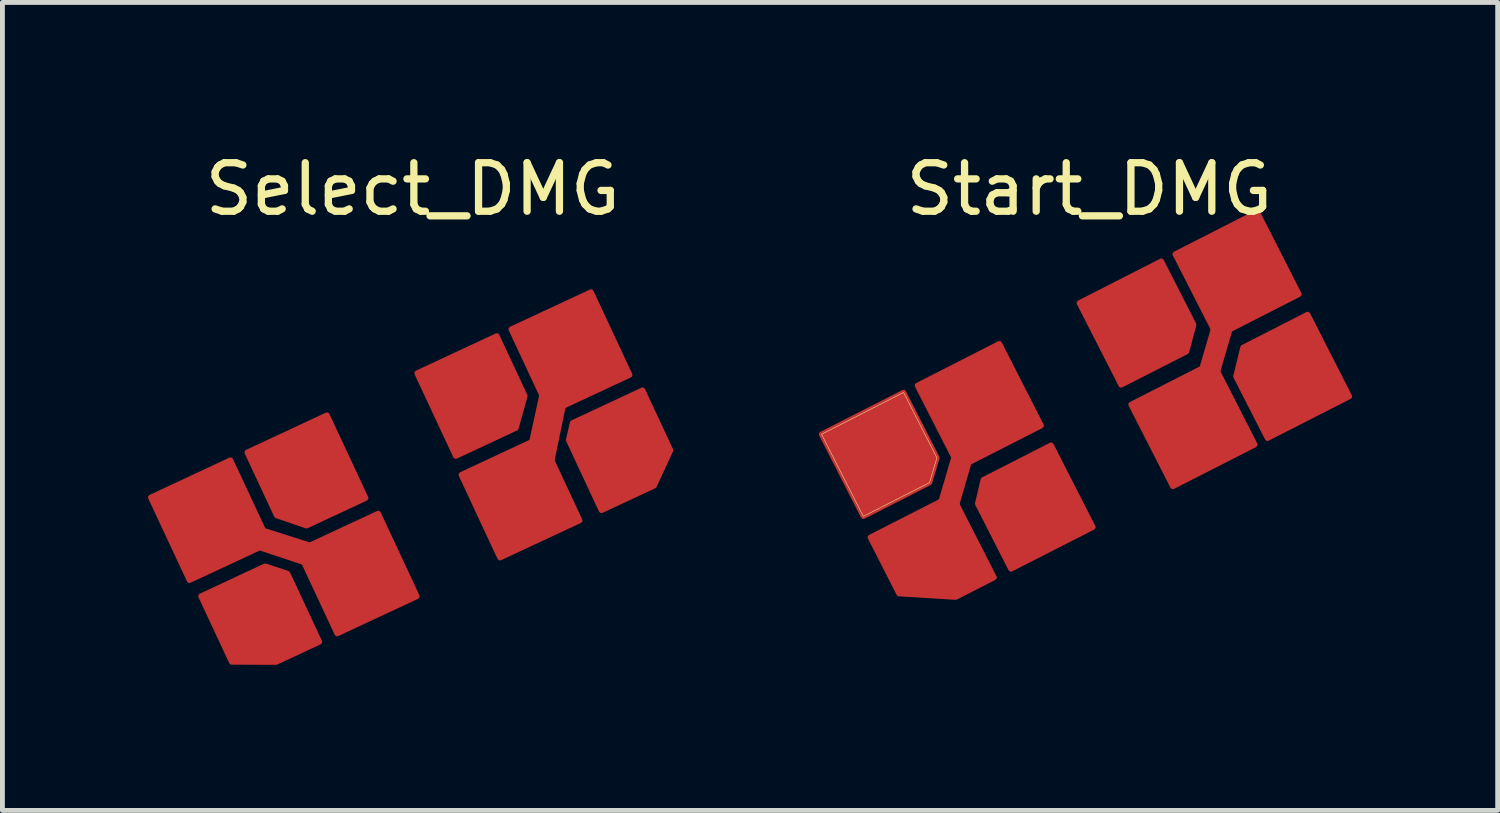
<source format=kicad_pcb>
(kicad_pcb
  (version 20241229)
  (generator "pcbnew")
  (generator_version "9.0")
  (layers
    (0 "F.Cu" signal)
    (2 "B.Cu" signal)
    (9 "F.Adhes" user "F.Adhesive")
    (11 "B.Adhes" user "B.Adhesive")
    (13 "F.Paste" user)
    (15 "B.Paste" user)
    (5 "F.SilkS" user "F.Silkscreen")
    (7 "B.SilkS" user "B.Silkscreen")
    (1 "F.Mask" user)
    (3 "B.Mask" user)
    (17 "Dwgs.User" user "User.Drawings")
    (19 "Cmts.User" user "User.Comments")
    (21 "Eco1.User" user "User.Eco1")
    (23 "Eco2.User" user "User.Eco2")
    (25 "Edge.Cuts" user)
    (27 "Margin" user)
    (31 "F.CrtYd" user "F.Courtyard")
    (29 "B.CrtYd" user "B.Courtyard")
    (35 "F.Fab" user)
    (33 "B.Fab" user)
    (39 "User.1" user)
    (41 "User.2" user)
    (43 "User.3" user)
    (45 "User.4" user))
  (footprint "Start_DMG"
    (layer "F.Cu")
    (at 19.399 1.348)
    (property "Reference" "Start_DMG" (at 0 -0.5 0) (unlocked yes) (layer "F.SilkS") (effects (font (size 1 1) (thickness 0.15))))
    (attr smd)
    (fp_poly (pts (xy -3.141 5.038) (xy -3.828 3.69) (xy -5.519 4.551) (xy -4.658 6.242) (xy -3.293 5.547)) (stroke (width 0.01) (type solid)) (fill no) (layer "F.SilkS"))
    (pad "1" smd custom (at -3.169 7.251) (size 0.762 0.762) (layers "F.Cu" "F.Mask" "F.Paste") (options (anchor circle)) (primitives (gr_poly (pts (xy -0.397 -0.191) (xy -0.382 -0.263) (xy -0.341 -0.325) (xy -0.279 -0.366) (xy -0.206 -0.381) (xy 0.206 -0.381) (xy 0.279 -0.366) (xy 0.341 -0.325) (xy 0.382 -0.263) (xy 0.397 -0.191) (xy 0.397 0.191) (xy 0.382 0.263) (xy 0.341 0.325) (xy 0.279 0.366) (xy 0.206 0.381) (xy -0.206 0.381) (xy -0.279 0.366) (xy -0.341 0.325) (xy -0.382 0.263) (xy -0.397 0.191)) (width 0) (fill yes)) (gr_poly (pts (xy 0.349 -1.442) (xy 0.35 -1.44) (xy 1.212 0.251) (xy 1.212 0.253) (xy 1.212 0.253) (xy 1.212 0.253) (xy 1.211 0.256) (xy 0.416 0.662) (xy 0.415 0.662) (xy 0.415 0.662) (xy 0.415 0.662) (xy 0.414 0.663) (xy 0.412 0.662) (xy -0.754 0.59) (xy -0.756 0.589) (xy -0.757 0.589) (xy -0.757 0.588) (xy -0.758 0.587) (xy -0.759 0.586) (xy -0.759 0.585) (xy -1.35 -0.574) (xy -1.35 -0.576) (xy -1.349 -0.58) (xy -1.348 -0.58) (xy 0.343 -1.443) (xy 0.345 -1.443)) (width 0.1) (fill yes))))
    (pad "1" smd custom (at -2.769 5.501) (size 0.205 0.205) (layers "F.Cu" "F.Mask" "F.Paste") (options (anchor circle)) (primitives (gr_poly (pts (xy -0.138 -0.051) (xy -0.134 -0.071) (xy -0.123 -0.088) (xy -0.107 -0.099) (xy -0.087 -0.103) (xy 0.087 -0.103) (xy 0.107 -0.099) (xy 0.123 -0.088) (xy 0.134 -0.071) (xy 0.138 -0.051) (xy 0.138 0.051) (xy 0.134 0.071) (xy 0.123 0.088) (xy 0.107 0.099) (xy 0.087 0.103) (xy -0.087 0.103) (xy -0.107 0.099) (xy -0.123 0.088) (xy -0.134 0.071) (xy -0.138 0.051)) (width 0) (fill yes)) (gr_poly (pts (xy -0.3 0.5) (xy 0.05 -0.7) (xy 0.35 -0.6) (xy 0 0.6)) (width 0.12) (fill yes))))
    (pad "1" smd custom (at -2.369 3.951) (size 0.762 0.762) (layers "F.Cu" "F.Mask" "F.Paste") (options (anchor circle)) (primitives (gr_poly (pts (xy -0.397 -0.191) (xy -0.382 -0.263) (xy -0.341 -0.325) (xy -0.279 -0.366) (xy -0.206 -0.381) (xy 0.206 -0.381) (xy 0.279 -0.366) (xy 0.341 -0.325) (xy 0.382 -0.263) (xy 0.397 -0.191) (xy 0.397 0.191) (xy 0.382 0.263) (xy 0.341 0.325) (xy 0.279 0.366) (xy 0.206 0.381) (xy -0.206 0.381) (xy -0.279 0.366) (xy -0.341 0.325) (xy -0.382 0.263) (xy -0.397 0.191)) (width 0) (fill yes)) (gr_poly (pts (xy 0.519 -1.271) (xy 1.382 0.421) (xy 1.382 0.423) (xy 1.382 0.423) (xy 1.382 0.423) (xy 1.381 0.427) (xy -0.312 1.289) (xy -0.313 1.29) (xy -0.317 1.289) (xy -0.317 1.288) (xy -1.18 -0.404) (xy -1.181 -0.406) (xy -1.179 -0.409) (xy -1.178 -0.41) (xy 0.513 -1.272) (xy 0.515 -1.273) (xy 0.515 -1.273)) (width 0.1) (fill yes))))
    (pad "1" smd custom (at 2.281 4.351) (size 0.662 0.662) (layers "F.Cu" "F.Mask" "F.Paste") (options (anchor circle)) (primitives (gr_poly (pts (xy -0.346 -0.166) (xy -0.334 -0.229) (xy -0.298 -0.283) (xy -0.244 -0.318) (xy -0.181 -0.331) (xy 0.181 -0.331) (xy 0.244 -0.318) (xy 0.298 -0.283) (xy 0.334 -0.229) (xy 0.346 -0.166) (xy 0.346 0.166) (xy 0.334 0.229) (xy 0.298 0.283) (xy 0.244 0.318) (xy 0.181 0.331) (xy -0.181 0.331) (xy -0.244 0.318) (xy -0.298 0.283) (xy -0.334 0.229) (xy -0.346 0.166)) (width 0) (fill yes)) (gr_poly (pts (xy 0.272 -1.28) (xy 1.135 0.413) (xy 1.135 0.415) (xy 1.135 0.415) (xy 1.135 0.415) (xy 1.134 0.419) (xy -0.559 1.281) (xy -0.56 1.282) (xy -0.564 1.281) (xy -0.564 1.28) (xy -1.427 -0.412) (xy -1.427 -0.414) (xy -1.426 -0.417) (xy -1.425 -0.418) (xy 0.266 -1.28) (xy 0.268 -1.281) (xy 0.268 -1.281)) (width 0.1) (fill yes))))
    (pad "1" smd custom (at 2.6 2.85) (size 0.205 0.205) (layers "F.Cu" "F.Mask" "F.Paste") (options (anchor circle)) (primitives (gr_poly (pts (xy -0.138 -0.051) (xy -0.134 -0.071) (xy -0.123 -0.088) (xy -0.107 -0.099) (xy -0.087 -0.103) (xy 0.087 -0.103) (xy 0.107 -0.099) (xy 0.123 -0.088) (xy 0.134 -0.071) (xy 0.138 -0.051) (xy 0.138 0.051) (xy 0.134 0.071) (xy 0.123 0.088) (xy 0.107 0.099) (xy 0.087 0.103) (xy -0.087 0.103) (xy -0.107 0.099) (xy -0.123 0.088) (xy -0.134 0.071) (xy -0.138 0.051)) (width 0) (fill yes)) (gr_poly (pts (xy -0.319 0.501) (xy 0.031 -0.699) (xy 0.331 -0.599) (xy -0.019 0.601)) (width 0.12) (fill yes))))
    (pad "1" smd custom (at 2.981 1.101) (size 0.662 0.662) (layers "F.Cu" "F.Mask" "F.Paste") (options (anchor circle)) (primitives (gr_poly (pts (xy -0.346 -0.166) (xy -0.334 -0.229) (xy -0.298 -0.283) (xy -0.244 -0.318) (xy -0.181 -0.331) (xy 0.181 -0.331) (xy 0.244 -0.318) (xy 0.298 -0.283) (xy 0.334 -0.229) (xy 0.346 -0.166) (xy 0.346 0.166) (xy 0.334 0.229) (xy 0.298 0.283) (xy 0.244 0.318) (xy 0.181 0.331) (xy -0.181 0.331) (xy -0.244 0.318) (xy -0.298 0.283) (xy -0.334 0.229) (xy -0.346 0.166)) (width 0) (fill yes)) (gr_poly (pts (xy 0.482 -1.129) (xy 1.345 0.564) (xy 1.345 0.566) (xy 1.345 0.566) (xy 1.345 0.566) (xy 1.344 0.569) (xy -0.348 1.432) (xy -0.35 1.433) (xy -0.354 1.432) (xy -0.354 1.431) (xy -1.217 -0.261) (xy -1.217 -0.263) (xy -1.216 -0.267) (xy -1.215 -0.267) (xy 0.477 -1.129) (xy 0.478 -1.13) (xy 0.478 -1.13)) (width 0.1) (fill yes))))
    (pad "2" smd custom (at -4.169 4.901) (size 0.662 0.662) (layers "F.Cu" "F.Mask" "F.Paste") (options (anchor circle)) (primitives (gr_poly (pts (xy -0.346 -0.166) (xy -0.334 -0.229) (xy -0.298 -0.283) (xy -0.244 -0.318) (xy -0.181 -0.331) (xy 0.181 -0.331) (xy 0.244 -0.318) (xy 0.298 -0.283) (xy 0.334 -0.229) (xy 0.346 -0.166) (xy 0.346 0.166) (xy 0.334 0.229) (xy 0.298 0.283) (xy 0.244 0.318) (xy 0.181 0.331) (xy -0.181 0.331) (xy -0.244 0.318) (xy -0.298 0.283) (xy -0.334 0.229) (xy -0.346 0.166)) (width 0) (fill yes)) (gr_poly (pts (xy 0.344 -1.215) (xy 1.033 0.135) (xy 1.033 0.136) (xy 1.033 0.136) (xy 1.033 0.136) (xy 1.033 0.137) (xy 1.033 0.138) (xy 0.881 0.647) (xy 0.88 0.649) (xy 0.88 0.649) (xy 0.88 0.649) (xy 0.878 0.65) (xy 0.877 0.651) (xy 0.877 0.651) (xy -0.486 1.346) (xy -0.488 1.346) (xy -0.492 1.345) (xy -0.492 1.344) (xy -1.354 -0.348) (xy -1.355 -0.35) (xy -1.354 -0.353) (xy -1.353 -0.354) (xy 0.339 -1.216) (xy 0.341 -1.217) (xy 0.341 -1.217)) (width 0.1) (fill yes))))
    (pad "2" smd custom (at -1.169 5.951) (size 0.662 0.662) (layers "F.Cu" "F.Mask" "F.Paste") (options (anchor circle)) (primitives (gr_poly (pts (xy -0.346 -0.166) (xy -0.334 -0.229) (xy -0.298 -0.283) (xy -0.244 -0.318) (xy -0.181 -0.331) (xy 0.181 -0.331) (xy 0.244 -0.318) (xy 0.298 -0.283) (xy 0.334 -0.229) (xy 0.346 -0.166) (xy 0.346 0.166) (xy 0.334 0.229) (xy 0.298 0.283) (xy 0.244 0.318) (xy 0.181 0.331) (xy -0.181 0.331) (xy -0.244 0.318) (xy -0.298 0.283) (xy -0.334 0.229) (xy -0.346 0.166)) (width 0) (fill yes)) (gr_poly (pts (xy 0.385 -1.179) (xy 0.386 -1.177) (xy 1.248 0.513) (xy 1.248 0.515) (xy 1.247 0.519) (xy 1.245 0.52) (xy -0.446 1.382) (xy -0.447 1.382) (xy -0.451 1.381) (xy -0.451 1.38) (xy -1.138 0.033) (xy -1.139 0.032) (xy -1.139 0.031) (xy -1.139 0.031) (xy -1.139 0.031) (xy -1.138 0.029) (xy -1.022 -0.464) (xy -1.021 -0.466) (xy -1.021 -0.466) (xy -1.02 -0.466) (xy -1.019 -0.467) (xy -1.017 -0.468) (xy -1.017 -0.468) (xy 0.379 -1.18) (xy 0.381 -1.18)) (width 0.1) (fill yes))))
    (pad "2" smd custom (at 1.081 2.301) (size 0.662 0.662) (layers "F.Cu" "F.Mask" "F.Paste") (options (anchor circle)) (primitives (gr_poly (pts (xy -0.346 -0.166) (xy -0.334 -0.229) (xy -0.298 -0.283) (xy -0.244 -0.318) (xy -0.181 -0.331) (xy 0.181 -0.331) (xy 0.244 -0.318) (xy 0.298 -0.283) (xy 0.334 -0.229) (xy 0.346 -0.166) (xy 0.346 0.166) (xy 0.334 0.229) (xy 0.298 0.283) (xy 0.244 0.318) (xy 0.181 0.331) (xy -0.181 0.331) (xy -0.244 0.318) (xy -0.298 0.283) (xy -0.334 0.229) (xy -0.346 0.166)) (width 0) (fill yes)) (gr_poly (pts (xy 0.406 -1.322) (xy 1.075 -0.009) (xy 1.075 -0.008) (xy 1.076 -0.008) (xy 1.076 -0.008) (xy 1.076 -0.007) (xy 1.075 -0.006) (xy 0.928 0.548) (xy 0.927 0.55) (xy 0.927 0.55) (xy 0.927 0.55) (xy 0.925 0.551) (xy 0.924 0.552) (xy 0.924 0.552) (xy -0.425 1.239) (xy -0.426 1.24) (xy -0.43 1.239) (xy -0.43 1.238) (xy -1.293 -0.454) (xy -1.293 -0.456) (xy -1.292 -0.46) (xy -1.291 -0.46) (xy 0.4 -1.322) (xy 0.402 -1.323) (xy 0.402 -1.323)) (width 0.1) (fill yes))))
    (pad "2" smd custom (at 4.281 3.451) (size 0.662 0.662) (layers "F.Cu" "F.Mask" "F.Paste") (options (anchor circle)) (primitives (gr_poly (pts (xy -0.346 -0.166) (xy -0.334 -0.229) (xy -0.298 -0.283) (xy -0.244 -0.318) (xy -0.181 -0.331) (xy 0.181 -0.331) (xy 0.244 -0.318) (xy 0.298 -0.283) (xy 0.334 -0.229) (xy 0.346 -0.166) (xy 0.346 0.166) (xy 0.334 0.229) (xy 0.298 0.283) (xy 0.244 0.318) (xy 0.181 0.331) (xy -0.181 0.331) (xy -0.244 0.318) (xy -0.298 0.283) (xy -0.334 0.229) (xy -0.346 0.166)) (width 0) (fill yes)) (gr_poly (pts (xy 0.222 -1.373) (xy 0.223 -1.371) (xy 1.084 0.32) (xy 1.085 0.321) (xy 1.084 0.325) (xy -0.609 1.188) (xy -0.611 1.188) (xy -0.611 1.188) (xy -0.611 1.188) (xy -0.611 1.188) (xy -0.612 1.188) (xy -0.614 1.187) (xy -1.266 -0.091) (xy -1.266 -0.092) (xy -1.266 -0.092) (xy -1.266 -0.092) (xy -1.266 -0.092) (xy -1.266 -0.094) (xy -1.119 -0.692) (xy -1.118 -0.693) (xy -1.118 -0.694) (xy -1.118 -0.694) (xy -1.116 -0.695) (xy -1.115 -0.695) (xy -1.114 -0.695) (xy 0.216 -1.374) (xy 0.218 -1.374)) (width 0.1) (fill yes)))))
  (footprint "Select_DMG"
    (layer "F.Cu")
    (at 5.455 1.348)
    (property "Reference" "Select_DMG" (at 0 -0.5 0) (unlocked yes) (layer "F.SilkS") (effects (font (size 1 1) (thickness 0.15))))
    (attr smd)
    (pad "1" smd custom (at -4.15 6.15) (size 0.562 0.562) (layers "F.Cu" "F.Mask" "F.Paste") (options (anchor circle)) (primitives (gr_poly (pts (xy 0.399 -1.071) (xy 1.199 0.642) (xy 1.199 0.644) (xy 1.198 0.648) (xy -0.45 1.416) (xy -0.451 1.417) (xy -0.455 1.416) (xy -0.455 1.415) (xy -1.255 -0.298) (xy -1.255 -0.3) (xy -1.254 -0.303) (xy 0.394 -1.072) (xy 0.396 -1.073)) (width 0.1) (fill yes))))
    (pad "1" smd custom (at -2.65 6.9) (size 0.281 0.281) (layers "F.Cu" "F.Mask" "F.Paste") (options (anchor circle)) (primitives (gr_poly (pts (xy -0.148 -0.07) (xy -0.143 -0.097) (xy -0.128 -0.12) (xy -0.105 -0.135) (xy -0.078 -0.141) (xy 0.078 -0.141) (xy 0.105 -0.135) (xy 0.128 -0.12) (xy 0.143 -0.097) (xy 0.148 -0.07) (xy 0.148 0.07) (xy 0.143 0.097) (xy 0.128 0.12) (xy 0.105 0.135) (xy 0.078 0.141) (xy -0.078 0.141) (xy -0.105 0.135) (xy -0.128 0.12) (xy -0.143 0.097) (xy -0.148 0.07)) (width 0) (fill yes)) (gr_poly (pts (xy -0.6 -0.05) (xy 0.45 0.3) (xy 0.55 -0.05) (xy -0.55 -0.4) (xy -0.55 -0.45)) (width 0.12) (fill yes))))
    (pad "1" smd custom (at -1.25 7.45) (size 0.393 0.393) (layers "F.Cu" "F.Mask" "F.Paste") (options (anchor circle)) (primitives (gr_poly (pts (xy -0.197 -0.133) (xy -0.189 -0.17) (xy -0.168 -0.202) (xy -0.136 -0.224) (xy -0.098 -0.231) (xy 0.098 -0.231) (xy 0.136 -0.224) (xy 0.168 -0.202) (xy 0.189 -0.17) (xy 0.197 -0.133) (xy 0.197 0.133) (xy 0.189 0.17) (xy 0.168 0.202) (xy 0.136 0.224) (xy 0.098 0.231) (xy -0.098 0.231) (xy -0.136 0.224) (xy -0.168 0.202) (xy -0.189 0.17) (xy -0.197 0.133)) (width 0) (fill yes)) (gr_poly (pts (xy 0.543 -1.273) (xy 1.343 0.441) (xy 1.343 0.443) (xy 1.342 0.446) (xy -0.306 1.215) (xy -0.307 1.216) (xy -0.311 1.214) (xy -0.311 1.214) (xy -1.111 -0.499) (xy -1.111 -0.501) (xy -1.11 -0.505) (xy 0.538 -1.273) (xy 0.54 -1.274)) (width 0.1) (fill yes))))
    (pad "1" smd custom (at 2.2 5.9) (size 0.562 0.562) (layers "F.Cu" "F.Mask" "F.Paste") (options (anchor circle)) (primitives (gr_poly (pts (xy 0.449 -1.287) (xy 1.248 0.427) (xy 1.248 0.428) (xy 1.247 0.432) (xy -0.401 1.201) (xy -0.402 1.201) (xy -0.406 1.2) (xy -0.406 1.2) (xy -1.205 -0.514) (xy -1.206 -0.516) (xy -1.205 -0.519) (xy 0.443 -1.288) (xy 0.445 -1.288)) (width 0.1) (fill yes)) (gr_poly (pts (xy -0.296 -0.141) (xy -0.286 -0.194) (xy -0.255 -0.24) (xy -0.21 -0.27) (xy -0.156 -0.281) (xy 0.156 -0.281) (xy 0.21 -0.27) (xy 0.255 -0.24) (xy 0.286 -0.194) (xy 0.296 -0.141) (xy 0.296 0.141) (xy 0.286 0.194) (xy 0.255 0.24) (xy 0.21 0.27) (xy 0.156 0.281) (xy -0.156 0.281) (xy -0.21 0.27) (xy -0.255 0.24) (xy -0.286 0.194) (xy -0.296 0.141)) (width 0) (fill yes))))
    (pad "1" smd custom (at 2.8 4.35) (size 0.393 0.393) (layers "F.Cu" "F.Mask" "F.Paste") (options (anchor circle)) (primitives (gr_poly (pts (xy -0.197 -0.133) (xy -0.189 -0.17) (xy -0.168 -0.202) (xy -0.136 -0.224) (xy -0.098 -0.231) (xy 0.098 -0.231) (xy 0.136 -0.224) (xy 0.168 -0.202) (xy 0.189 -0.17) (xy 0.197 -0.133) (xy 0.197 0.133) (xy 0.189 0.17) (xy 0.168 0.202) (xy 0.136 0.224) (xy 0.098 0.231) (xy -0.098 0.231) (xy -0.136 0.224) (xy -0.168 0.202) (xy -0.189 0.17) (xy -0.197 0.133)) (width 0) (fill yes)) (gr_poly (pts (xy -0.35 0.4) (xy -0.1 -0.75) (xy 0.35 -0.65) (xy 0.05 0.8) (xy -0.4 0.6)) (width 0.12) (fill yes))))
    (pad "1" smd custom (at 3 2.85) (size 0.393 0.393) (layers "F.Cu" "F.Mask" "F.Paste") (options (anchor circle)) (primitives (gr_poly (pts (xy -0.197 -0.133) (xy -0.189 -0.17) (xy -0.168 -0.202) (xy -0.136 -0.224) (xy -0.098 -0.231) (xy 0.098 -0.231) (xy 0.136 -0.224) (xy 0.168 -0.202) (xy 0.189 -0.17) (xy 0.197 -0.133) (xy 0.197 0.133) (xy 0.189 0.17) (xy 0.168 0.202) (xy 0.136 0.224) (xy 0.098 0.231) (xy -0.098 0.231) (xy -0.136 0.224) (xy -0.168 0.202) (xy -0.189 0.17) (xy -0.197 0.133)) (width 0) (fill yes)) (gr_poly (pts (xy 0.679 -1.235) (xy 1.478 0.478) (xy 1.478 0.48) (xy 1.477 0.484) (xy -0.171 1.252) (xy -0.172 1.253) (xy -0.176 1.251) (xy -0.176 1.251) (xy -0.976 -0.462) (xy -0.976 -0.464) (xy -0.975 -0.468) (xy 0.673 -1.236) (xy 0.675 -1.237)) (width 0.1) (fill yes))))
    (pad "2" smd custom (at -3.421 8.219) (size 0.743 0.743) (layers "F.Cu" "F.Mask" "F.Paste") (options (anchor circle)) (primitives (gr_poly (pts (xy -0.371 -0.245) (xy -0.357 -0.316) (xy -0.317 -0.377) (xy -0.257 -0.417) (xy -0.186 -0.431) (xy 0.186 -0.431) (xy 0.257 -0.417) (xy 0.317 -0.377) (xy 0.357 -0.316) (xy 0.371 -0.245) (xy 0.371 0.245) (xy 0.357 0.316) (xy 0.317 0.377) (xy 0.257 0.417) (xy 0.186 0.431) (xy -0.186 0.431) (xy -0.257 0.417) (xy -0.317 0.377) (xy -0.357 0.316) (xy -0.371 0.245)) (width 0) (fill yes)) (gr_poly (pts (xy 0.382 -0.955) (xy 0.845 -0.803) (xy 0.846 -0.802) (xy 0.847 -0.802) (xy 0.847 -0.802) (xy 0.847 -0.8) (xy 0.848 -0.798) (xy 0.848 -0.798) (xy 1.505 0.609) (xy 1.505 0.611) (xy 1.504 0.615) (xy 0.606 1.034) (xy 0.606 1.034) (xy 0.606 1.034) (xy 0.606 1.034) (xy 0.604 1.034) (xy 0.603 1.034) (xy -0.311 1.03) (xy -0.313 1.029) (xy -0.313 1.029) (xy -0.314 1.028) (xy -0.315 1.027) (xy -0.315 1.027) (xy -0.315 1.026) (xy -0.949 -0.331) (xy -0.949 -0.333) (xy -0.948 -0.337) (xy 0.378 -0.955) (xy 0.38 -0.956) (xy 0.38 -0.956) (xy 0.38 -0.956) (xy 0.38 -0.956)) (width 0.1) (fill yes))))
    (pad "2" smd custom (at -2 5.15) (size 0.743 0.743) (layers "F.Cu" "F.Mask" "F.Paste") (options (anchor circle)) (primitives (gr_poly (pts (xy -0.371 -0.245) (xy -0.357 -0.316) (xy -0.317 -0.377) (xy -0.257 -0.417) (xy -0.186 -0.431) (xy 0.186 -0.431) (xy 0.257 -0.417) (xy 0.317 -0.377) (xy 0.357 -0.316) (xy 0.371 -0.245) (xy 0.371 0.245) (xy 0.357 0.316) (xy 0.317 0.377) (xy 0.257 0.417) (xy 0.186 0.431) (xy -0.186 0.431) (xy -0.257 0.417) (xy -0.317 0.377) (xy -0.357 0.316) (xy -0.371 0.245)) (width 0) (fill yes)) (gr_poly (pts (xy 0.237 -0.998) (xy 1.037 0.715) (xy 1.037 0.717) (xy 1.036 0.721) (xy -0.188 1.292) (xy -0.19 1.292) (xy -0.19 1.292) (xy -0.19 1.292) (xy -0.19 1.292) (xy -0.191 1.292) (xy -0.805 1.082) (xy -0.807 1.081) (xy -0.807 1.081) (xy -0.807 1.081) (xy -0.808 1.079) (xy -0.809 1.078) (xy -0.809 1.078) (xy -1.417 -0.225) (xy -1.417 -0.227) (xy -1.417 -0.227) (xy -1.417 -0.227) (xy -1.417 -0.229) (xy -1.416 -0.23) (xy -1.416 -0.23) (xy 0.232 -0.999) (xy 0.234 -1) (xy 0.234 -1)) (width 0.1) (fill yes))))
    (pad "2" smd custom (at 1.3 3.75) (size 0.743 0.743) (layers "F.Cu" "F.Mask" "F.Paste") (options (anchor circle)) (primitives (gr_poly (pts (xy -0.371 -0.245) (xy -0.357 -0.316) (xy -0.317 -0.377) (xy -0.257 -0.417) (xy -0.186 -0.431) (xy 0.186 -0.431) (xy 0.257 -0.417) (xy 0.317 -0.377) (xy 0.357 -0.316) (xy 0.371 -0.245) (xy 0.371 0.245) (xy 0.357 0.316) (xy 0.317 0.377) (xy 0.257 0.417) (xy 0.186 0.431) (xy -0.186 0.431) (xy -0.257 0.417) (xy -0.317 0.377) (xy -0.357 0.316) (xy -0.371 0.245)) (width 0) (fill yes)) (gr_poly (pts (xy 0.438 -1.231) (xy 1.017 0.011) (xy 1.017 0.012) (xy 1.018 0.012) (xy 1.018 0.012) (xy 1.018 0.013) (xy 1.017 0.014) (xy 0.833 0.675) (xy 0.832 0.677) (xy 0.832 0.677) (xy 0.832 0.677) (xy 0.831 0.678) (xy 0.829 0.679) (xy 0.829 0.678) (xy -0.411 1.257) (xy -0.413 1.258) (xy -0.417 1.256) (xy -0.417 1.256) (xy -1.216 -0.457) (xy -1.217 -0.459) (xy -1.215 -0.463) (xy 0.432 -1.231) (xy 0.434 -1.232)) (width 0.1) (fill yes))))
    (pad "2" smd custom (at 4.25 4.95) (size 0.743 0.743) (layers "F.Cu" "F.Mask" "F.Paste") (options (anchor circle)) (primitives (gr_poly (pts (xy -0.371 -0.245) (xy -0.357 -0.316) (xy -0.317 -0.377) (xy -0.257 -0.417) (xy -0.186 -0.431) (xy 0.186 -0.431) (xy 0.257 -0.417) (xy 0.317 -0.377) (xy 0.357 -0.316) (xy 0.371 -0.245) (xy 0.371 0.245) (xy 0.357 0.316) (xy 0.317 0.377) (xy 0.257 0.417) (xy 0.186 0.431) (xy -0.186 0.431) (xy -0.257 0.417) (xy -0.317 0.377) (xy -0.357 0.316) (xy -0.371 0.245)) (width 0) (fill yes)) (gr_poly (pts (xy 0.49 -1.312) (xy 1.069 -0.071) (xy 1.069 -0.069) (xy 1.069 -0.069) (xy 1.069 -0.068) (xy 1.069 -0.067) (xy 1.068 -0.065) (xy 1.068 -0.065) (xy 0.73 0.666) (xy 0.729 0.667) (xy 0.729 0.667) (xy 0.729 0.668) (xy 0.729 0.668) (xy 0.728 0.668) (xy -0.36 1.176) (xy -0.361 1.176) (xy -0.365 1.175) (xy -0.365 1.175) (xy -1.043 -0.279) (xy -1.043 -0.28) (xy -1.044 -0.28) (xy -1.044 -0.28) (xy -1.044 -0.28) (xy -1.043 -0.282) (xy -0.96 -0.638) (xy -0.959 -0.639) (xy -0.959 -0.639) (xy -0.959 -0.64) (xy -0.957 -0.64) (xy -0.956 -0.641) (xy -0.955 -0.641) (xy 0.484 -1.313) (xy 0.486 -1.313)) (width 0.1) (fill yes)))))
  (gr_rect
    (start -3 -3)
    (end 27.814 13.651)
    (stroke (width 0.1) (type default))
    (fill no)
    (layer "Edge.Cuts")))
</source>
